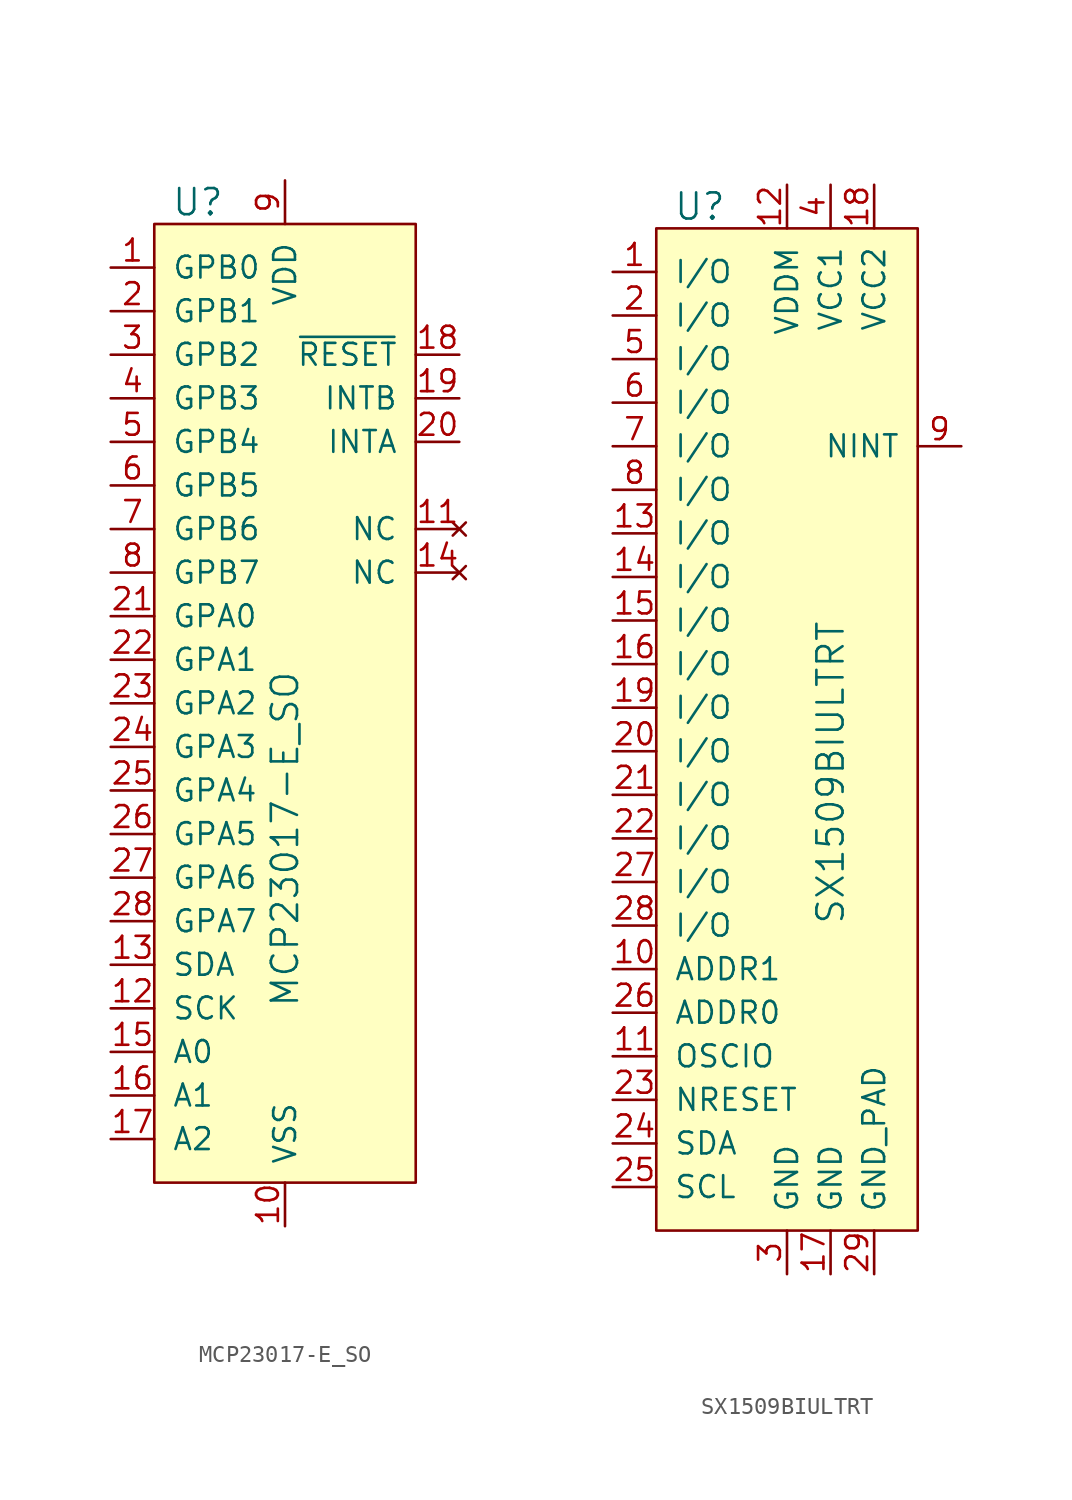
<source format=kicad_sym>
(kicad_symbol_lib
  (version 20220914)
  (generator kicad_symbol_editor)
  (symbol "MCP23017-E_SO"
    (pin_names
      (offset 1.016))
    (property "Reference" "U"
      (at -2.54 19.05 0)
      (effects (font (size 1.524 1.524))))
    (property "Value" "MCP23017-E_SO"
      (at 2.54 -27.94 90)
      (effects (font (size 1.524 1.524)) (justify left)))
    (symbol "MCP23017-E_SO_0_1"
      (rectangle (start -5.08 17.78) (end 10.16 -38.1) (stroke (width 0) (type solid)) (fill (type background))))
    (symbol "MCP23017-E_SO_1_1"
      (pin bidirectional line (at -7.62 15.24 0) (length 2.54) (name "GPB0" (effects (font (size 1.27 1.27)))) (number "1" (effects (font (size 1.27 1.27)))))
      (pin power_in line (at 2.54 -40.64 90) (length 2.54) (name "VSS" (effects (font (size 1.27 1.27)))) (number "10" (effects (font (size 1.27 1.27)))))
      (pin no_connect line (at 12.7 0 180) (length 2.54) (name "NC" (effects (font (size 1.27 1.27)))) (number "11" (effects (font (size 1.27 1.27)))))
      (pin input line (at -7.62 -27.94 0) (length 2.54) (name "SCK" (effects (font (size 1.27 1.27)))) (number "12" (effects (font (size 1.27 1.27)))))
      (pin bidirectional line (at -7.62 -25.4 0) (length 2.54) (name "SDA" (effects (font (size 1.27 1.27)))) (number "13" (effects (font (size 1.27 1.27)))))
      (pin no_connect line (at 12.7 -2.54 180) (length 2.54) (name "NC" (effects (font (size 1.27 1.27)))) (number "14" (effects (font (size 1.27 1.27)))))
      (pin input line (at -7.62 -30.48 0) (length 2.54) (name "A0" (effects (font (size 1.27 1.27)))) (number "15" (effects (font (size 1.27 1.27)))))
      (pin input line (at -7.62 -33.02 0) (length 2.54) (name "A1" (effects (font (size 1.27 1.27)))) (number "16" (effects (font (size 1.27 1.27)))))
      (pin input line (at -7.62 -35.56 0) (length 2.54) (name "A2" (effects (font (size 1.27 1.27)))) (number "17" (effects (font (size 1.27 1.27)))))
      (pin output line (at 12.7 10.16 180) (length 2.54) (name "~{RESET}" (effects (font (size 1.27 1.27)))) (number "18" (effects (font (size 1.27 1.27)))))
      (pin output line (at 12.7 7.62 180) (length 2.54) (name "INTB" (effects (font (size 1.27 1.27)))) (number "19" (effects (font (size 1.27 1.27)))))
      (pin bidirectional line (at -7.62 12.7 0) (length 2.54) (name "GPB1" (effects (font (size 1.27 1.27)))) (number "2" (effects (font (size 1.27 1.27)))))
      (pin output line (at 12.7 5.08 180) (length 2.54) (name "INTA" (effects (font (size 1.27 1.27)))) (number "20" (effects (font (size 1.27 1.27)))))
      (pin bidirectional line (at -7.62 -5.08 0) (length 2.54) (name "GPA0" (effects (font (size 1.27 1.27)))) (number "21" (effects (font (size 1.27 1.27)))))
      (pin bidirectional line (at -7.62 -7.62 0) (length 2.54) (name "GPA1" (effects (font (size 1.27 1.27)))) (number "22" (effects (font (size 1.27 1.27)))))
      (pin bidirectional line (at -7.62 -10.16 0) (length 2.54) (name "GPA2" (effects (font (size 1.27 1.27)))) (number "23" (effects (font (size 1.27 1.27)))))
      (pin bidirectional line (at -7.62 -12.7 0) (length 2.54) (name "GPA3" (effects (font (size 1.27 1.27)))) (number "24" (effects (font (size 1.27 1.27)))))
      (pin bidirectional line (at -7.62 -15.24 0) (length 2.54) (name "GPA4" (effects (font (size 1.27 1.27)))) (number "25" (effects (font (size 1.27 1.27)))))
      (pin bidirectional line (at -7.62 -17.78 0) (length 2.54) (name "GPA5" (effects (font (size 1.27 1.27)))) (number "26" (effects (font (size 1.27 1.27)))))
      (pin bidirectional line (at -7.62 -20.32 0) (length 2.54) (name "GPA6" (effects (font (size 1.27 1.27)))) (number "27" (effects (font (size 1.27 1.27)))))
      (pin bidirectional line (at -7.62 -22.86 0) (length 2.54) (name "GPA7" (effects (font (size 1.27 1.27)))) (number "28" (effects (font (size 1.27 1.27)))))
      (pin bidirectional line (at -7.62 10.16 0) (length 2.54) (name "GPB2" (effects (font (size 1.27 1.27)))) (number "3" (effects (font (size 1.27 1.27)))))
      (pin bidirectional line (at -7.62 7.62 0) (length 2.54) (name "GPB3" (effects (font (size 1.27 1.27)))) (number "4" (effects (font (size 1.27 1.27)))))
      (pin bidirectional line (at -7.62 5.08 0) (length 2.54) (name "GPB4" (effects (font (size 1.27 1.27)))) (number "5" (effects (font (size 1.27 1.27)))))
      (pin bidirectional line (at -7.62 2.54 0) (length 2.54) (name "GPB5" (effects (font (size 1.27 1.27)))) (number "6" (effects (font (size 1.27 1.27)))))
      (pin bidirectional line (at -7.62 0 0) (length 2.54) (name "GPB6" (effects (font (size 1.27 1.27)))) (number "7" (effects (font (size 1.27 1.27)))))
      (pin bidirectional line (at -7.62 -2.54 0) (length 2.54) (name "GPB7" (effects (font (size 1.27 1.27)))) (number "8" (effects (font (size 1.27 1.27)))))
      (pin power_in line (at 2.54 20.32 270) (length 2.54) (name "VDD" (effects (font (size 1.27 1.27)))) (number "9" (effects (font (size 1.27 1.27)))))))
  (symbol "SX1509BIULTRT"
    (pin_names
      (offset 1.016))
    (property "Reference" "U"
      (at -5.08 21.59 0)
      (effects (font (size 1.524 1.524))))
    (property "Value" "SX1509BIULTRT"
      (at 2.54 -20.32 90)
      (effects (font (size 1.524 1.524)) (justify left)))
    (symbol "SX1509BIULTRT_0_1"
      (rectangle (start -7.62 20.32) (end 7.62 -38.1) (stroke (width 0) (type solid)) (fill (type background))))
    (symbol "SX1509BIULTRT_1_1"
      (pin bidirectional line (at -10.16 17.78 0) (length 2.54) (name "I/O" (effects (font (size 1.27 1.27)))) (number "1" (effects (font (size 1.27 1.27)))))
      (pin input line (at -10.16 -22.86 0) (length 2.54) (name "ADDR1" (effects (font (size 1.27 1.27)))) (number "10" (effects (font (size 1.27 1.27)))))
      (pin bidirectional line (at -10.16 -27.94 0) (length 2.54) (name "OSCIO" (effects (font (size 1.27 1.27)))) (number "11" (effects (font (size 1.27 1.27)))))
      (pin power_in line (at 0 22.86 270) (length 2.54) (name "VDDM" (effects (font (size 1.27 1.27)))) (number "12" (effects (font (size 1.27 1.27)))))
      (pin bidirectional line (at -10.16 2.54 0) (length 2.54) (name "I/O" (effects (font (size 1.27 1.27)))) (number "13" (effects (font (size 1.27 1.27)))))
      (pin bidirectional line (at -10.16 0 0) (length 2.54) (name "I/O" (effects (font (size 1.27 1.27)))) (number "14" (effects (font (size 1.27 1.27)))))
      (pin bidirectional line (at -10.16 -2.54 0) (length 2.54) (name "I/O" (effects (font (size 1.27 1.27)))) (number "15" (effects (font (size 1.27 1.27)))))
      (pin bidirectional line (at -10.16 -5.08 0) (length 2.54) (name "I/O" (effects (font (size 1.27 1.27)))) (number "16" (effects (font (size 1.27 1.27)))))
      (pin power_in line (at 2.54 -40.64 90) (length 2.54) (name "GND" (effects (font (size 1.27 1.27)))) (number "17" (effects (font (size 1.27 1.27)))))
      (pin power_in line (at 5.08 22.86 270) (length 2.54) (name "VCC2" (effects (font (size 1.27 1.27)))) (number "18" (effects (font (size 1.27 1.27)))))
      (pin bidirectional line (at -10.16 -7.62 0) (length 2.54) (name "I/O" (effects (font (size 1.27 1.27)))) (number "19" (effects (font (size 1.27 1.27)))))
      (pin bidirectional line (at -10.16 15.24 0) (length 2.54) (name "I/O" (effects (font (size 1.27 1.27)))) (number "2" (effects (font (size 1.27 1.27)))))
      (pin bidirectional line (at -10.16 -10.16 0) (length 2.54) (name "I/O" (effects (font (size 1.27 1.27)))) (number "20" (effects (font (size 1.27 1.27)))))
      (pin bidirectional line (at -10.16 -12.7 0) (length 2.54) (name "I/O" (effects (font (size 1.27 1.27)))) (number "21" (effects (font (size 1.27 1.27)))))
      (pin bidirectional line (at -10.16 -15.24 0) (length 2.54) (name "I/O" (effects (font (size 1.27 1.27)))) (number "22" (effects (font (size 1.27 1.27)))))
      (pin input line (at -10.16 -30.48 0) (length 2.54) (name "NRESET" (effects (font (size 1.27 1.27)))) (number "23" (effects (font (size 1.27 1.27)))))
      (pin bidirectional line (at -10.16 -33.02 0) (length 2.54) (name "SDA" (effects (font (size 1.27 1.27)))) (number "24" (effects (font (size 1.27 1.27)))))
      (pin input line (at -10.16 -35.56 0) (length 2.54) (name "SCL" (effects (font (size 1.27 1.27)))) (number "25" (effects (font (size 1.27 1.27)))))
      (pin input line (at -10.16 -25.4 0) (length 2.54) (name "ADDR0" (effects (font (size 1.27 1.27)))) (number "26" (effects (font (size 1.27 1.27)))))
      (pin bidirectional line (at -10.16 -17.78 0) (length 2.54) (name "I/O" (effects (font (size 1.27 1.27)))) (number "27" (effects (font (size 1.27 1.27)))))
      (pin bidirectional line (at -10.16 -20.32 0) (length 2.54) (name "I/O" (effects (font (size 1.27 1.27)))) (number "28" (effects (font (size 1.27 1.27)))))
      (pin power_in line (at 5.08 -40.64 90) (length 2.54) (name "GND_PAD" (effects (font (size 1.27 1.27)))) (number "29" (effects (font (size 1.27 1.27)))))
      (pin power_in line (at 0 -40.64 90) (length 2.54) (name "GND" (effects (font (size 1.27 1.27)))) (number "3" (effects (font (size 1.27 1.27)))))
      (pin power_in line (at 2.54 22.86 270) (length 2.54) (name "VCC1" (effects (font (size 1.27 1.27)))) (number "4" (effects (font (size 1.27 1.27)))))
      (pin bidirectional line (at -10.16 12.7 0) (length 2.54) (name "I/O" (effects (font (size 1.27 1.27)))) (number "5" (effects (font (size 1.27 1.27)))))
      (pin bidirectional line (at -10.16 10.16 0) (length 2.54) (name "I/O" (effects (font (size 1.27 1.27)))) (number "6" (effects (font (size 1.27 1.27)))))
      (pin bidirectional line (at -10.16 7.62 0) (length 2.54) (name "I/O" (effects (font (size 1.27 1.27)))) (number "7" (effects (font (size 1.27 1.27)))))
      (pin bidirectional line (at -10.16 5.08 0) (length 2.54) (name "I/O" (effects (font (size 1.27 1.27)))) (number "8" (effects (font (size 1.27 1.27)))))
      (pin output line (at 10.16 7.62 180) (length 2.54) (name "NINT" (effects (font (size 1.27 1.27)))) (number "9" (effects (font (size 1.27 1.27))))))))
</source>
